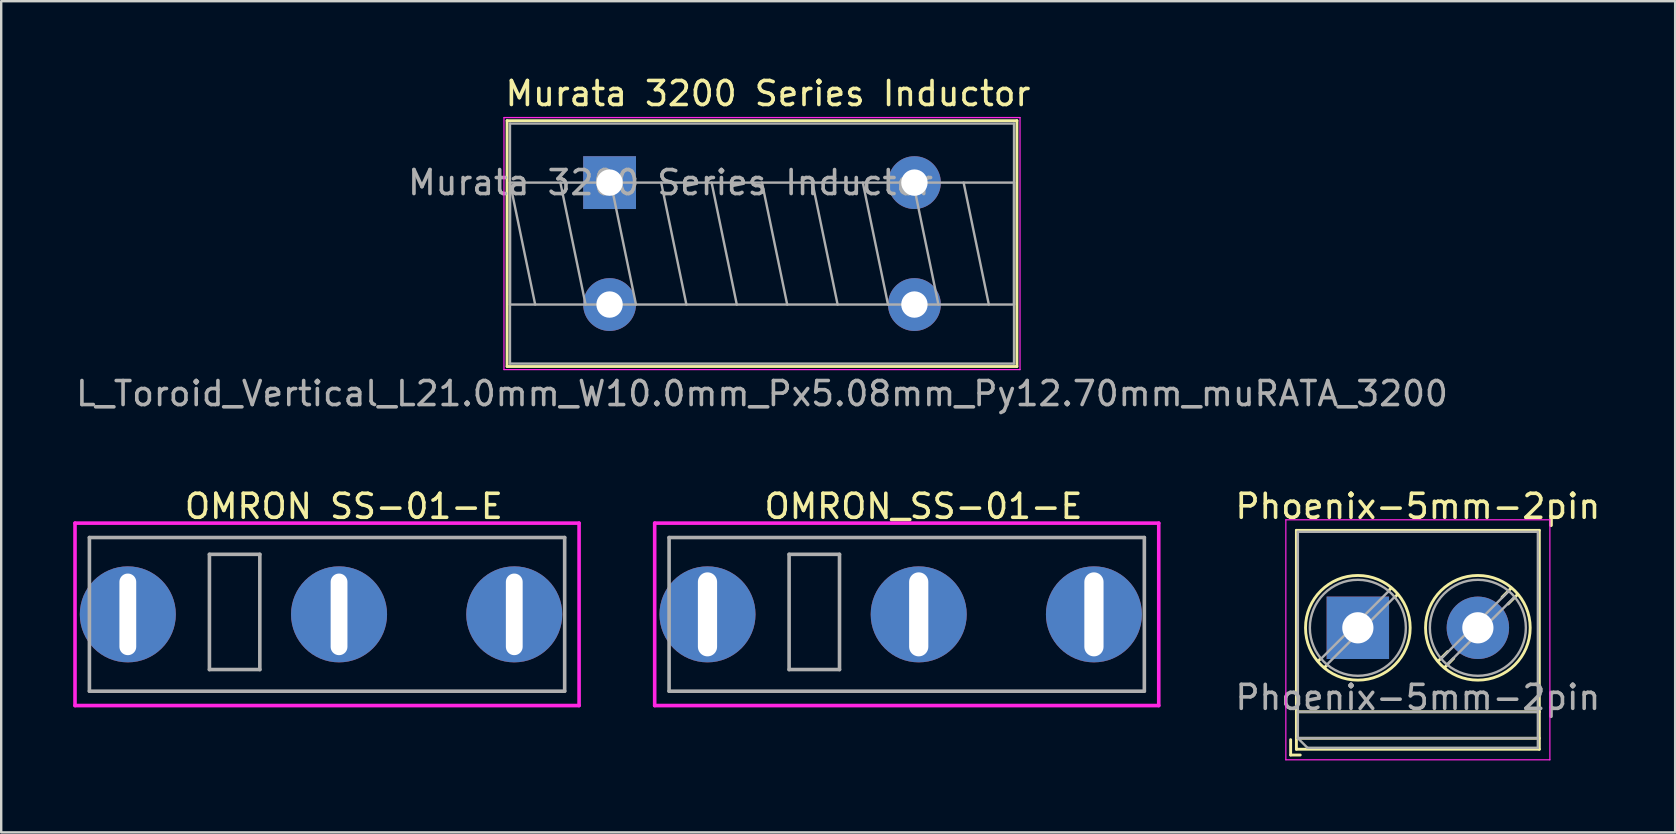
<source format=kicad_pcb>
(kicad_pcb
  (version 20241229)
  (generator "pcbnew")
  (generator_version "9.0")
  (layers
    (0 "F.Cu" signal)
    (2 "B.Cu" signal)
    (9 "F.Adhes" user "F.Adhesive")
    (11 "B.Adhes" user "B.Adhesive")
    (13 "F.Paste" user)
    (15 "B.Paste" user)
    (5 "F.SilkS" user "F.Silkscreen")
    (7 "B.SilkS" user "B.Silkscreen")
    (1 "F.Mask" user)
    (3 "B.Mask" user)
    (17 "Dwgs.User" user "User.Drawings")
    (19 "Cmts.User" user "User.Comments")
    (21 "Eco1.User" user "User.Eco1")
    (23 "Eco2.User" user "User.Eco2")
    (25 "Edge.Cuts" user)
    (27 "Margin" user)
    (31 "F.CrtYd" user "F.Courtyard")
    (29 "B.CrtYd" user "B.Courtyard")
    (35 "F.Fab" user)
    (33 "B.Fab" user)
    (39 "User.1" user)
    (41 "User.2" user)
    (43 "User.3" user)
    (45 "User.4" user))
  (footprint "Murata 3200 Series Inductor"
    (layer "F.Cu")
    (at 28.946 6.848)
    (property "Reference" "Murata 3200 Series Inductor" (at 0 -6 0) (layer "F.SilkS") (effects (font (size 1 1) (thickness 0.15))))
    (attr through_hole)
    (fp_line (start -10.87 -4.87) (end -10.87 5.37) (stroke (width 0.12) (type solid)) (layer "F.SilkS"))
    (fp_line (start -10.87 -4.87) (end 10.37 -4.87) (stroke (width 0.12) (type solid)) (layer "F.SilkS"))
    (fp_line (start -10.87 5.37) (end 10.37 5.37) (stroke (width 0.12) (type solid)) (layer "F.SilkS"))
    (fp_line (start 10.37 -4.87) (end 10.37 5.37) (stroke (width 0.12) (type solid)) (layer "F.SilkS"))
    (fp_line (start -11 -5) (end -11 5.5) (stroke (width 0.05) (type solid)) (layer "F.CrtYd"))
    (fp_line (start -11 5.5) (end 10.5 5.5) (stroke (width 0.05) (type solid)) (layer "F.CrtYd"))
    (fp_line (start 10.5 -5) (end -11 -5) (stroke (width 0.05) (type solid)) (layer "F.CrtYd"))
    (fp_line (start 10.5 5.5) (end 10.5 -5) (stroke (width 0.05) (type solid)) (layer "F.CrtYd"))
    (fp_line (start -10.75 -4.75) (end -10.75 5.25) (stroke (width 0.1) (type solid)) (layer "F.Fab"))
    (fp_line (start -10.75 -2.29) (end -10.75 2.79) (stroke (width 0.1) (type solid)) (layer "F.Fab"))
    (fp_line (start -10.75 -2.29) (end -9.7 2.79) (stroke (width 0.1) (type solid)) (layer "F.Fab"))
    (fp_line (start -10.75 2.79) (end 10.25 2.79) (stroke (width 0.1) (type solid)) (layer "F.Fab"))
    (fp_line (start -10.75 5.25) (end 10.25 5.25) (stroke (width 0.1) (type solid)) (layer "F.Fab"))
    (fp_line (start -8.65 -2.29) (end -7.6 2.79) (stroke (width 0.1) (type solid)) (layer "F.Fab"))
    (fp_line (start -6.55 -2.29) (end -5.5 2.79) (stroke (width 0.1) (type solid)) (layer "F.Fab"))
    (fp_line (start -4.45 -2.29) (end -3.4 2.79) (stroke (width 0.1) (type solid)) (layer "F.Fab"))
    (fp_line (start -2.35 -2.29) (end -1.3 2.79) (stroke (width 0.1) (type solid)) (layer "F.Fab"))
    (fp_line (start -0.25 -2.29) (end 0.8 2.79) (stroke (width 0.1) (type solid)) (layer "F.Fab"))
    (fp_line (start 1.85 -2.29) (end 2.9 2.79) (stroke (width 0.1) (type solid)) (layer "F.Fab"))
    (fp_line (start 3.95 -2.29) (end 5 2.79) (stroke (width 0.1) (type solid)) (layer "F.Fab"))
    (fp_line (start 6.05 -2.29) (end 7.1 2.79) (stroke (width 0.1) (type solid)) (layer "F.Fab"))
    (fp_line (start 8.15 -2.29) (end 9.2 2.79) (stroke (width 0.1) (type solid)) (layer "F.Fab"))
    (fp_line (start 10.25 -4.75) (end -10.75 -4.75) (stroke (width 0.1) (type solid)) (layer "F.Fab"))
    (fp_line (start 10.25 -2.29) (end -10.75 -2.29) (stroke (width 0.1) (type solid)) (layer "F.Fab"))
    (fp_line (start 10.25 2.79) (end 10.25 -2.29) (stroke (width 0.1) (type solid)) (layer "F.Fab"))
    (fp_line (start 10.25 5.25) (end 10.25 -4.75) (stroke (width 0.1) (type solid)) (layer "F.Fab"))
    (fp_text user "L_Toroid_Vertical_L21.0mm_W10.0mm_Px5.08mm_Py12.70mm_muRATA_3200" (at -0.25 6.5 0) (layer "F.Fab") (effects (font (size 1 1) (thickness 0.15))))
    (fp_text user "${REFERENCE}" (at -4.06 -2.29 0) (layer "F.Fab") (effects (font (size 1 1) (thickness 0.15))))
    (pad "" thru_hole circle (at -6.6 2.79) (size 2.2 2.2) (drill 1.1) (layers "*.Cu" "*.Mask"))
    (pad "" thru_hole circle (at 6.1 -2.29) (size 2.2 2.2) (drill 1.1) (layers "*.Cu" "*.Mask"))
    (pad "1" thru_hole rect (at -6.6 -2.29) (size 2.2 2.2) (drill 1.1) (layers "*.Cu" "*.Mask"))
    (pad "2" thru_hole circle (at 6.1 2.79) (size 2.2 2.2) (drill 1.1) (layers "*.Cu" "*.Mask")))
  (footprint "OMRON SS-01-E"
    (layer "F.Cu")
    (at 11.075 22.545)
    (property "Reference" "OMRON SS-01-E" (at 0.2 -4.5 0) (layer "F.SilkS") (effects (font (size 1 1) (thickness 0.15))))
    (attr through_hole)
    (fp_line (start -11 -3.8) (end 10 -3.8) (stroke (width 0.15) (type solid)) (layer "F.CrtYd"))
    (fp_line (start -11 3.8) (end -11 -3.8) (stroke (width 0.15) (type solid)) (layer "F.CrtYd"))
    (fp_line (start 10 -3.8) (end 10 3.8) (stroke (width 0.15) (type solid)) (layer "F.CrtYd"))
    (fp_line (start 10 3.8) (end -11 3.8) (stroke (width 0.15) (type solid)) (layer "F.CrtYd"))
    (fp_line (start -10.4 -3.2) (end -10.4 3.2) (stroke (width 0.15) (type solid)) (layer "F.Fab"))
    (fp_line (start -10.4 3.2) (end 9.4 3.2) (stroke (width 0.15) (type solid)) (layer "F.Fab"))
    (fp_line (start -5.4 -2.5) (end -5.4 2.3) (stroke (width 0.15) (type solid)) (layer "F.Fab"))
    (fp_line (start -5.4 2.3) (end -3.3 2.3) (stroke (width 0.15) (type solid)) (layer "F.Fab"))
    (fp_line (start -3.3 -2.5) (end -5.4 -2.5) (stroke (width 0.15) (type solid)) (layer "F.Fab"))
    (fp_line (start -3.3 2.3) (end -3.3 -2.5) (stroke (width 0.15) (type solid)) (layer "F.Fab"))
    (fp_line (start 9.4 -3.2) (end -10.4 -3.2) (stroke (width 0.15) (type solid)) (layer "F.Fab"))
    (fp_line (start 9.4 3.2) (end 9.4 -3.2) (stroke (width 0.15) (type solid)) (layer "F.Fab"))
    (pad "1" thru_hole circle (at -8.8 0) (size 4 4) (drill oval 0.7 3.4) (layers "*.Cu" "*.Mask"))
    (pad "2" thru_hole circle (at 0 0) (size 4 4) (drill oval 0.7 3.4) (layers "*.Cu" "*.Mask"))
    (pad "3" thru_hole circle (at 7.3 0) (size 4 4) (drill oval 0.7 3.4) (layers "*.Cu" "*.Mask")))
  (footprint "OMRON_SS-01-E"
    (layer "F.Cu")
    (at 35.225 22.545)
    (property "Reference" "OMRON_SS-01-E" (at 0.2 -4.5 0) (layer "F.SilkS") (effects (font (size 1 1) (thickness 0.15))))
    (attr through_hole)
    (fp_line (start -11 -3.8) (end 10 -3.8) (stroke (width 0.15) (type solid)) (layer "F.CrtYd"))
    (fp_line (start -11 3.8) (end -11 -3.8) (stroke (width 0.15) (type solid)) (layer "F.CrtYd"))
    (fp_line (start 10 -3.8) (end 10 3.8) (stroke (width 0.15) (type solid)) (layer "F.CrtYd"))
    (fp_line (start 10 3.8) (end -11 3.8) (stroke (width 0.15) (type solid)) (layer "F.CrtYd"))
    (fp_line (start -10.4 -3.2) (end -10.4 3.2) (stroke (width 0.15) (type solid)) (layer "F.Fab"))
    (fp_line (start -10.4 3.2) (end 9.4 3.2) (stroke (width 0.15) (type solid)) (layer "F.Fab"))
    (fp_line (start -5.4 -2.5) (end -5.4 2.3) (stroke (width 0.15) (type solid)) (layer "F.Fab"))
    (fp_line (start -5.4 2.3) (end -3.3 2.3) (stroke (width 0.15) (type solid)) (layer "F.Fab"))
    (fp_line (start -3.3 -2.5) (end -5.4 -2.5) (stroke (width 0.15) (type solid)) (layer "F.Fab"))
    (fp_line (start -3.3 2.3) (end -3.3 -2.5) (stroke (width 0.15) (type solid)) (layer "F.Fab"))
    (fp_line (start 9.4 -3.2) (end -10.4 -3.2) (stroke (width 0.15) (type solid)) (layer "F.Fab"))
    (fp_line (start 9.4 3.2) (end 9.4 -3.2) (stroke (width 0.15) (type solid)) (layer "F.Fab"))
    (pad "1" thru_hole circle (at -8.8 0) (size 4 4) (drill oval 0.8 3.5) (layers "*.Cu" "*.Mask"))
    (pad "2" thru_hole circle (at 0 0) (size 4 4) (drill oval 0.8 3.5) (layers "*.Cu" "*.Mask"))
    (pad "3" thru_hole circle (at 7.3 0) (size 4 4) (drill oval 0.8 3.5) (layers "*.Cu" "*.Mask")))
  (footprint "Phoenix-5mm-2pin"
    (layer "F.Cu")
    (at 53.52 23.105)
    (property "Reference" "Phoenix-5mm-2pin" (at 2.5 -5.06 0) (layer "F.SilkS") (effects (font (size 1 1) (thickness 0.15))))
    (attr through_hole)
    (fp_line (start -2.8 4.66) (end -2.8 5.3) (stroke (width 0.12) (type solid)) (layer "F.SilkS"))
    (fp_line (start -2.8 5.3) (end -2.4 5.3) (stroke (width 0.12) (type solid)) (layer "F.SilkS"))
    (fp_line (start -2.56 -4.06) (end -2.56 5.06) (stroke (width 0.12) (type solid)) (layer "F.SilkS"))
    (fp_line (start -2.56 -4.06) (end 7.56 -4.06) (stroke (width 0.12) (type solid)) (layer "F.SilkS"))
    (fp_line (start -2.56 3.5) (end 7.56 3.5) (stroke (width 0.12) (type solid)) (layer "F.SilkS"))
    (fp_line (start -2.56 4.6) (end 7.56 4.6) (stroke (width 0.12) (type solid)) (layer "F.SilkS"))
    (fp_line (start -2.56 5.06) (end 7.56 5.06) (stroke (width 0.12) (type solid)) (layer "F.SilkS"))
    (fp_line (start -1.548 1.281) (end -1.654 1.388) (stroke (width 0.12) (type solid)) (layer "F.SilkS"))
    (fp_line (start -1.282 1.547) (end -1.388 1.654) (stroke (width 0.12) (type solid)) (layer "F.SilkS"))
    (fp_line (start 1.388 -1.654) (end 1.281 -1.547) (stroke (width 0.12) (type solid)) (layer "F.SilkS"))
    (fp_line (start 1.654 -1.388) (end 1.547 -1.281) (stroke (width 0.12) (type solid)) (layer "F.SilkS"))
    (fp_line (start 3.742 0.992) (end 3.347 1.388) (stroke (width 0.12) (type solid)) (layer "F.SilkS"))
    (fp_line (start 3.993 1.274) (end 3.613 1.654) (stroke (width 0.12) (type solid)) (layer "F.SilkS"))
    (fp_line (start 6.388 -1.654) (end 6.008 -1.274) (stroke (width 0.12) (type solid)) (layer "F.SilkS"))
    (fp_line (start 6.654 -1.388) (end 6.259 -0.992) (stroke (width 0.12) (type solid)) (layer "F.SilkS"))
    (fp_line (start 7.56 -4.06) (end 7.56 5.06) (stroke (width 0.12) (type solid)) (layer "F.SilkS"))
    (fp_circle (center 0 0) (end 2.18 0) (stroke (width 0.12) (type solid)) (fill no) (layer "F.SilkS"))
    (fp_circle (center 5 0) (end 7.18 0) (stroke (width 0.12) (type solid)) (fill no) (layer "F.SilkS"))
    (fp_line (start -3 -4.5) (end -3 5.5) (stroke (width 0.05) (type solid)) (layer "F.CrtYd"))
    (fp_line (start -3 5.5) (end 8 5.5) (stroke (width 0.05) (type solid)) (layer "F.CrtYd"))
    (fp_line (start 8 -4.5) (end -3 -4.5) (stroke (width 0.05) (type solid)) (layer "F.CrtYd"))
    (fp_line (start 8 5.5) (end 8 -4.5) (stroke (width 0.05) (type solid)) (layer "F.CrtYd"))
    (fp_line (start -2.5 -4) (end 7.5 -4) (stroke (width 0.1) (type solid)) (layer "F.Fab"))
    (fp_line (start -2.5 3.5) (end 7.5 3.5) (stroke (width 0.1) (type solid)) (layer "F.Fab"))
    (fp_line (start -2.5 4.6) (end -2.5 -4) (stroke (width 0.1) (type solid)) (layer "F.Fab"))
    (fp_line (start -2.5 4.6) (end 7.5 4.6) (stroke (width 0.1) (type solid)) (layer "F.Fab"))
    (fp_line (start -2.1 5) (end -2.5 4.6) (stroke (width 0.1) (type solid)) (layer "F.Fab"))
    (fp_line (start 1.273 -1.517) (end -1.517 1.273) (stroke (width 0.1) (type solid)) (layer "F.Fab"))
    (fp_line (start 1.517 -1.273) (end -1.273 1.517) (stroke (width 0.1) (type solid)) (layer "F.Fab"))
    (fp_line (start 6.273 -1.517) (end 3.484 1.273) (stroke (width 0.1) (type solid)) (layer "F.Fab"))
    (fp_line (start 6.517 -1.273) (end 3.728 1.517) (stroke (width 0.1) (type solid)) (layer "F.Fab"))
    (fp_line (start 7.5 -4) (end 7.5 5) (stroke (width 0.1) (type solid)) (layer "F.Fab"))
    (fp_line (start 7.5 5) (end -2.1 5) (stroke (width 0.1) (type solid)) (layer "F.Fab"))
    (fp_circle (center 0 0) (end 2 0) (stroke (width 0.1) (type solid)) (fill no) (layer "F.Fab"))
    (fp_circle (center 5 0) (end 7 0) (stroke (width 0.1) (type solid)) (fill no) (layer "F.Fab"))
    (fp_text user "${REFERENCE}" (at 2.5 2.9 0) (layer "F.Fab") (effects (font (size 1 1) (thickness 0.15))))
    (pad "1" thru_hole rect (at 0 0) (size 2.6 2.6) (drill 1.3) (layers "*.Cu" "*.Mask"))
    (pad "2" thru_hole circle (at 5 0) (size 2.6 2.6) (drill 1.3) (layers "*.Cu" "*.Mask")))
  (gr_rect
    (start -3 -3)
    (end 66.74 31.63)
    (stroke (width 0.1) (type default))
    (fill no)
    (layer "Edge.Cuts")))
</source>
